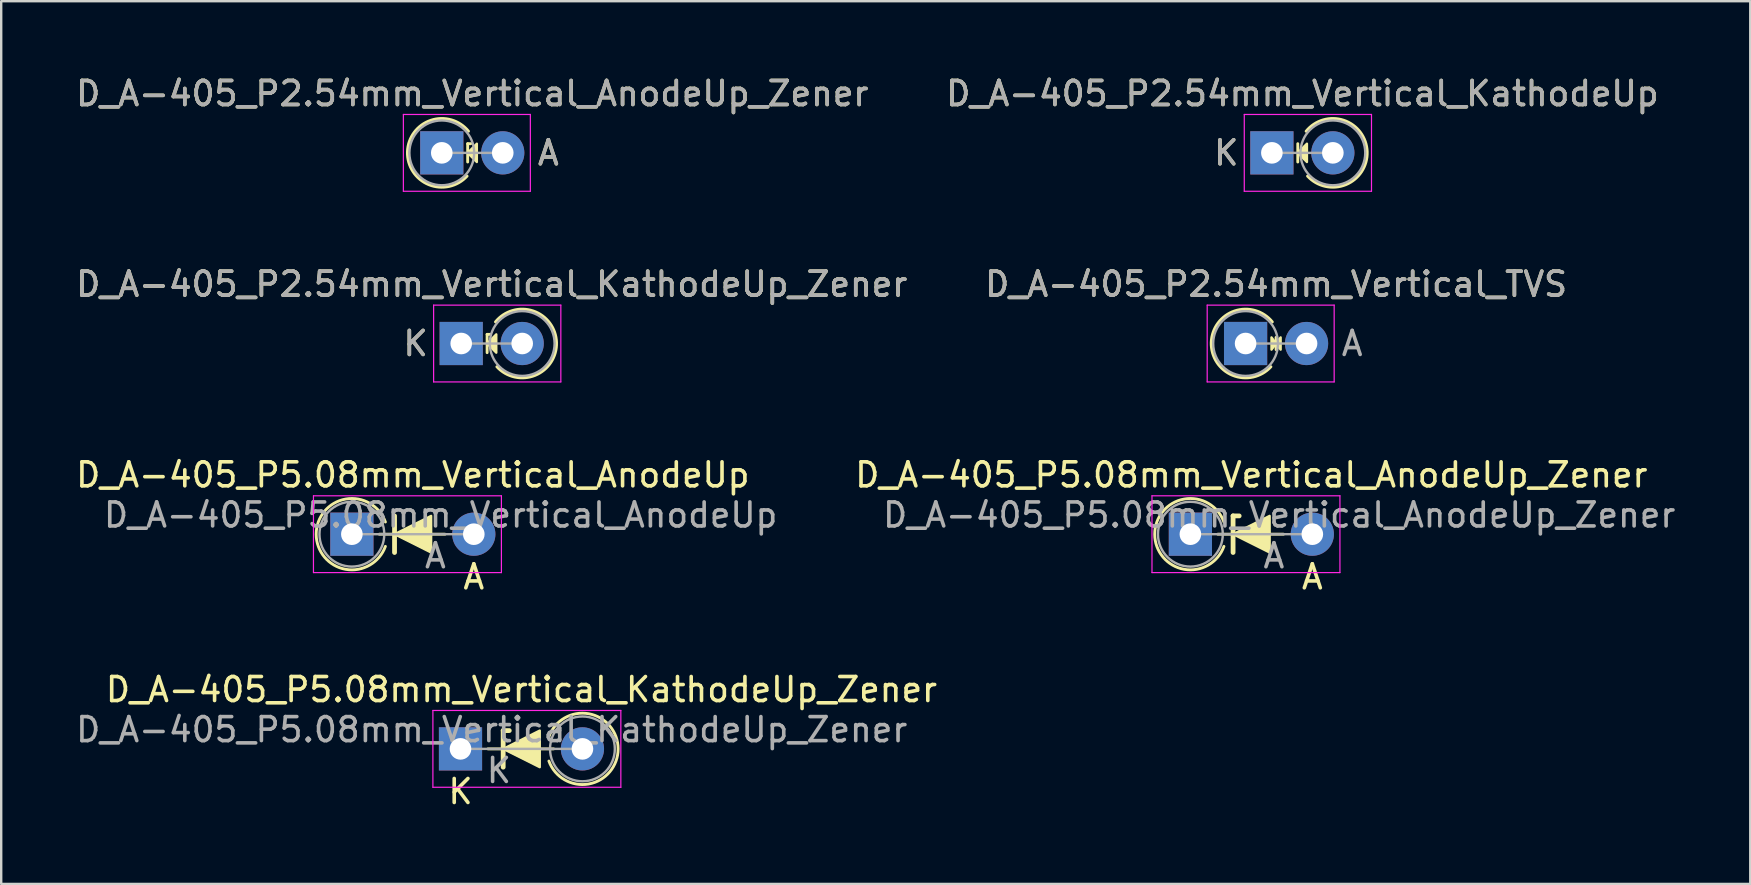
<source format=kicad_pcb>
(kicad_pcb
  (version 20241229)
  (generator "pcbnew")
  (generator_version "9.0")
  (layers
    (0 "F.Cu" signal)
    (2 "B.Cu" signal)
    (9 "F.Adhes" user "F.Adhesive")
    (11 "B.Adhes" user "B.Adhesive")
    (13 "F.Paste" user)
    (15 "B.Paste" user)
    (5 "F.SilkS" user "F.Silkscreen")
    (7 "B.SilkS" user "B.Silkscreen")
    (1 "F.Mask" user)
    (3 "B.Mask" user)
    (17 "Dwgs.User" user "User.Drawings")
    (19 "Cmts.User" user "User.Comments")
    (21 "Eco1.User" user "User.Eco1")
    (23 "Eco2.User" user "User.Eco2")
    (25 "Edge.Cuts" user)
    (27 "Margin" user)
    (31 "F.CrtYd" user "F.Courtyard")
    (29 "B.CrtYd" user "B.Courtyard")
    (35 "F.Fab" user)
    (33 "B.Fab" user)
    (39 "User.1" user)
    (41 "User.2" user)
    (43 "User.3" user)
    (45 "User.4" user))
  (footprint "D_A-405_P5.08mm_Vertical_KathodeUp_Zener"
    (layer "F.Cu")
    (at 16.135 28.149)
    (property "Reference" "D_A-405_P5.08mm_Vertical_KathodeUp_Zener" (at 2.54 -2.47 0) (layer "F.SilkS") (effects (font (size 1 1) (thickness 0.15))))
    (attr through_hole)
    (fp_line (start 1.143 0) (end 3.88 0) (stroke (width 0.12) (type solid)) (layer "F.SilkS"))
    (fp_line (start 1.778 -0.762) (end 1.778 0.762) (stroke (width 0.2) (type solid)) (layer "F.SilkS"))
    (fp_line (start 1.778 -0.762) (end 2.032 -0.762) (stroke (width 0.2) (type solid)) (layer "F.SilkS"))
    (fp_arc (start 3.683 -0.507999) (mid 6.566495 0.000001) (end 3.683 0.508) (stroke (width 0.12) (type solid)) (layer "F.SilkS"))
    (fp_poly (pts (xy 3.302 0.762) (xy 1.778 0) (xy 3.302 -0.762)) (stroke (width 0.1) (type solid)) (fill yes) (layer "F.SilkS"))
    (fp_line (start -1.15 -1.6) (end -1.15 1.6) (stroke (width 0.05) (type solid)) (layer "F.CrtYd"))
    (fp_line (start -1.15 1.6) (end 6.68 1.6) (stroke (width 0.05) (type solid)) (layer "F.CrtYd"))
    (fp_line (start 6.68 -1.6) (end -1.15 -1.6) (stroke (width 0.05) (type solid)) (layer "F.CrtYd"))
    (fp_line (start 6.68 1.6) (end 6.68 -1.6) (stroke (width 0.05) (type solid)) (layer "F.CrtYd"))
    (fp_line (start 0 0) (end 5.08 0) (stroke (width 0.1) (type solid)) (layer "F.Fab"))
    (fp_circle (center 5.08 0) (end 6.43 0) (stroke (width 0.1) (type solid)) (fill no) (layer "F.Fab"))
    (fp_text user "K" (at 0 1.778 0) (layer "F.SilkS") (effects (font (size 1 1) (thickness 0.15))))
    (fp_text user "${REFERENCE}" (at 1.3 -0.8 0) (layer "F.Fab") (effects (font (size 1 1) (thickness 0.15))))
    (fp_text user "K" (at 1.6 0.9 0) (layer "F.Fab") (effects (font (size 1 1) (thickness 0.15))))
    (pad "1" thru_hole rect (at 0 0) (size 1.8 1.8) (drill 0.9) (layers "*.Cu" "*.Mask"))
    (pad "2" thru_hole oval (at 5.08 0) (size 1.8 1.8) (drill 0.9) (layers "*.Cu" "*.Mask")))
  (footprint "D_A-405_P5.08mm_Vertical_AnodeUp_Zener"
    (layer "F.Cu")
    (at 46.543 19.205)
    (property "Reference" "D_A-405_P5.08mm_Vertical_AnodeUp_Zener" (at 2.54 -2.47 0) (layer "F.SilkS") (effects (font (size 1 1) (thickness 0.15))))
    (attr through_hole)
    (fp_line (start 1.143 0) (end 3.88 0) (stroke (width 0.12) (type solid)) (layer "F.SilkS"))
    (fp_line (start 1.778 -0.762) (end 1.778 0.762) (stroke (width 0.2) (type solid)) (layer "F.SilkS"))
    (fp_line (start 1.778 -0.762) (end 2.032 -0.762) (stroke (width 0.2) (type solid)) (layer "F.SilkS"))
    (fp_arc (start 1.396999 0.508) (mid -1.486496 0.000001) (end 1.396999 -0.507999) (stroke (width 0.12) (type solid)) (layer "F.SilkS"))
    (fp_poly (pts (xy 3.302 0.762) (xy 1.778 0) (xy 3.302 -0.762)) (stroke (width 0.1) (type solid)) (fill yes) (layer "F.SilkS"))
    (fp_line (start -1.6 -1.6) (end -1.6 1.6) (stroke (width 0.05) (type solid)) (layer "F.CrtYd"))
    (fp_line (start -1.6 1.6) (end 6.23 1.6) (stroke (width 0.05) (type solid)) (layer "F.CrtYd"))
    (fp_line (start 6.23 -1.6) (end -1.6 -1.6) (stroke (width 0.05) (type solid)) (layer "F.CrtYd"))
    (fp_line (start 6.23 1.6) (end 6.23 -1.6) (stroke (width 0.05) (type solid)) (layer "F.CrtYd"))
    (fp_line (start 0 0) (end 5.08 0) (stroke (width 0.1) (type solid)) (layer "F.Fab"))
    (fp_circle (center 0 0) (end 1.35 0) (stroke (width 0.1) (type solid)) (fill no) (layer "F.Fab"))
    (fp_text user "A" (at 5.08 1.778 0) (layer "F.SilkS") (effects (font (size 1 1) (thickness 0.15))))
    (fp_text user "${REFERENCE}" (at 3.7 -0.8 0) (layer "F.Fab") (effects (font (size 1 1) (thickness 0.15))))
    (fp_text user "A" (at 3.48 0.9 0) (layer "F.Fab") (effects (font (size 1 1) (thickness 0.15))))
    (pad "1" thru_hole rect (at 0 0) (size 1.8 1.8) (drill 0.9) (layers "*.Cu" "*.Mask"))
    (pad "2" thru_hole oval (at 5.08 0) (size 1.8 1.8) (drill 0.9) (layers "*.Cu" "*.Mask")))
  (footprint "D_A-405_P2.54mm_Vertical_KathodeUp_Zener"
    (layer "F.Cu")
    (at 16.165 11.261)
    (property "Reference" "D_A-405_P2.54mm_Vertical_KathodeUp_Zener" (at 1.27 -2.47 0) (layer "F.SilkS") (effects (font (size 1 1) (thickness 0.15))))
    (attr through_hole)
    (fp_line (start 1.079 -0.381) (end 1.079 0.381) (stroke (width 0.12) (type solid)) (layer "F.SilkS"))
    (fp_line (start 1.079 -0.381) (end 1.206 -0.381) (stroke (width 0.12) (type solid)) (layer "F.SilkS"))
    (fp_arc (start 1.426761 -0.9) (mid 3.970816 -0.045469) (end 1.48615 0.968866) (stroke (width 0.12) (type solid)) (layer "F.SilkS"))
    (fp_poly (pts (xy 1.46 0.381) (xy 1.079 0) (xy 1.46 -0.381)) (stroke (width 0.1) (type solid)) (fill yes) (layer "F.SilkS"))
    (fp_line (start -1.15 -1.6) (end -1.15 1.6) (stroke (width 0.05) (type solid)) (layer "F.CrtYd"))
    (fp_line (start -1.15 1.6) (end 4.15 1.6) (stroke (width 0.05) (type solid)) (layer "F.CrtYd"))
    (fp_line (start 4.15 -1.6) (end -1.15 -1.6) (stroke (width 0.05) (type solid)) (layer "F.CrtYd"))
    (fp_line (start 4.15 1.6) (end 4.15 -1.6) (stroke (width 0.05) (type solid)) (layer "F.CrtYd"))
    (fp_line (start 0 0) (end 2.54 0) (stroke (width 0.1) (type solid)) (layer "F.Fab"))
    (fp_circle (center 2.54 0) (end 3.89 0) (stroke (width 0.1) (type solid)) (fill no) (layer "F.Fab"))
    (fp_text user "K" (at -1.9 0 0) (layer "F.SilkS") (effects (font (size 1 1) (thickness 0.15))))
    (fp_text user "K" (at -1.9 0 0) (layer "F.Fab") (effects (font (size 1 1) (thickness 0.15))))
    (fp_text user "${REFERENCE}" (at 1.27 -2.47 0) (layer "F.Fab") (effects (font (size 1 1) (thickness 0.15))))
    (pad "1" thru_hole rect (at 0 0) (size 1.8 1.8) (drill 0.9) (layers "*.Cu" "*.Mask"))
    (pad "2" thru_hole oval (at 2.54 0) (size 1.8 1.8) (drill 0.9) (layers "*.Cu" "*.Mask")))
  (footprint "D_A-405_P2.54mm_Vertical_TVS"
    (layer "F.Cu")
    (at 48.843 11.261)
    (property "Reference" "D_A-405_P2.54mm_Vertical_TVS" (at 1.27 -2.47 0) (layer "F.SilkS") (effects (font (size 1 1) (thickness 0.15))))
    (attr through_hole)
    (fp_line (start 1.27 -0.254) (end 1.27 0.254) (stroke (width 0.12) (type solid)) (layer "F.SilkS"))
    (fp_arc (start 1.05385 0.968866) (mid -1.430816 -0.045469) (end 1.113239 -0.9) (stroke (width 0.12) (type solid)) (layer "F.SilkS"))
    (fp_poly (pts (xy 1.079 -0.254) (xy 1.27 0) (xy 1.079 0.254)) (stroke (width 0.1) (type solid)) (fill yes) (layer "F.SilkS"))
    (fp_poly (pts (xy 1.46 0.254) (xy 1.27 0) (xy 1.46 -0.254)) (stroke (width 0.1) (type solid)) (fill yes) (layer "F.SilkS"))
    (fp_line (start -1.6 -1.6) (end -1.6 1.6) (stroke (width 0.05) (type solid)) (layer "F.CrtYd"))
    (fp_line (start -1.6 1.6) (end 3.69 1.6) (stroke (width 0.05) (type solid)) (layer "F.CrtYd"))
    (fp_line (start 3.69 -1.6) (end -1.6 -1.6) (stroke (width 0.05) (type solid)) (layer "F.CrtYd"))
    (fp_line (start 3.69 1.6) (end 3.69 -1.6) (stroke (width 0.05) (type solid)) (layer "F.CrtYd"))
    (fp_line (start 0 0) (end 2.54 0) (stroke (width 0.1) (type solid)) (layer "F.Fab"))
    (fp_circle (center 0 0) (end 1.35 0) (stroke (width 0.1) (type solid)) (fill no) (layer "F.Fab"))
    (fp_text user "${REFERENCE}" (at 1.27 -2.47 0) (layer "F.Fab") (effects (font (size 1 1) (thickness 0.15))))
    (fp_text user "A" (at 4.44 0 0) (layer "F.Fab") (effects (font (size 1 1) (thickness 0.15))))
    (pad "1" thru_hole rect (at 0 0) (size 1.8 1.8) (drill 0.9) (layers "*.Cu" "*.Mask"))
    (pad "2" thru_hole oval (at 2.54 0) (size 1.8 1.8) (drill 0.9) (layers "*.Cu" "*.Mask")))
  (footprint "D_A-405_P2.54mm_Vertical_AnodeUp_Zener"
    (layer "F.Cu")
    (at 15.355 3.318)
    (property "Reference" "D_A-405_P2.54mm_Vertical_AnodeUp_Zener" (at 1.27 -2.47 0) (layer "F.SilkS") (effects (font (size 1 1) (thickness 0.15))))
    (attr through_hole)
    (fp_line (start 1.079 -0.381) (end 1.079 0.381) (stroke (width 0.12) (type solid)) (layer "F.SilkS"))
    (fp_line (start 1.079 -0.381) (end 1.206 -0.381) (stroke (width 0.12) (type solid)) (layer "F.SilkS"))
    (fp_arc (start 1.05385 0.968866) (mid -1.430816 -0.045469) (end 1.113239 -0.9) (stroke (width 0.12) (type solid)) (layer "F.SilkS"))
    (fp_poly (pts (xy 1.46 0.381) (xy 1.079 0) (xy 1.46 -0.381)) (stroke (width 0.1) (type solid)) (fill yes) (layer "F.SilkS"))
    (fp_line (start -1.6 -1.6) (end -1.6 1.6) (stroke (width 0.05) (type solid)) (layer "F.CrtYd"))
    (fp_line (start -1.6 1.6) (end 3.69 1.6) (stroke (width 0.05) (type solid)) (layer "F.CrtYd"))
    (fp_line (start 3.69 -1.6) (end -1.6 -1.6) (stroke (width 0.05) (type solid)) (layer "F.CrtYd"))
    (fp_line (start 3.69 1.6) (end 3.69 -1.6) (stroke (width 0.05) (type solid)) (layer "F.CrtYd"))
    (fp_line (start 0 0) (end 2.54 0) (stroke (width 0.1) (type solid)) (layer "F.Fab"))
    (fp_circle (center 0 0) (end 1.35 0) (stroke (width 0.1) (type solid)) (fill no) (layer "F.Fab"))
    (fp_text user "A" (at 4.44 0 0) (layer "F.SilkS") (effects (font (size 1 1) (thickness 0.15))))
    (fp_text user "A" (at 4.44 0 0) (layer "F.Fab") (effects (font (size 1 1) (thickness 0.15))))
    (fp_text user "${REFERENCE}" (at 1.27 -2.47 0) (layer "F.Fab") (effects (font (size 1 1) (thickness 0.15))))
    (pad "1" thru_hole rect (at 0 0) (size 1.8 1.8) (drill 0.9) (layers "*.Cu" "*.Mask"))
    (pad "2" thru_hole oval (at 2.54 0) (size 1.8 1.8) (drill 0.9) (layers "*.Cu" "*.Mask")))
  (footprint "D_A-405_P5.08mm_Vertical_AnodeUp"
    (layer "F.Cu")
    (at 11.609 19.205)
    (property "Reference" "D_A-405_P5.08mm_Vertical_AnodeUp" (at 2.54 -2.47 0) (layer "F.SilkS") (effects (font (size 1 1) (thickness 0.15))))
    (attr through_hole)
    (fp_line (start 1.143 0) (end 3.88 0) (stroke (width 0.12) (type solid)) (layer "F.SilkS"))
    (fp_line (start 1.778 -0.762) (end 1.778 0.762) (stroke (width 0.2) (type solid)) (layer "F.SilkS"))
    (fp_arc (start 1.396999 0.508) (mid -1.486496 0.000001) (end 1.396999 -0.507999) (stroke (width 0.12) (type solid)) (layer "F.SilkS"))
    (fp_poly (pts (xy 3.302 0.762) (xy 1.778 0) (xy 3.302 -0.762)) (stroke (width 0.1) (type solid)) (fill yes) (layer "F.SilkS"))
    (fp_line (start -1.6 -1.6) (end -1.6 1.6) (stroke (width 0.05) (type solid)) (layer "F.CrtYd"))
    (fp_line (start -1.6 1.6) (end 6.23 1.6) (stroke (width 0.05) (type solid)) (layer "F.CrtYd"))
    (fp_line (start 6.23 -1.6) (end -1.6 -1.6) (stroke (width 0.05) (type solid)) (layer "F.CrtYd"))
    (fp_line (start 6.23 1.6) (end 6.23 -1.6) (stroke (width 0.05) (type solid)) (layer "F.CrtYd"))
    (fp_line (start 0 0) (end 5.08 0) (stroke (width 0.1) (type solid)) (layer "F.Fab"))
    (fp_circle (center 0 0) (end 1.35 0) (stroke (width 0.1) (type solid)) (fill no) (layer "F.Fab"))
    (fp_text user "A" (at 5.08 1.778 0) (layer "F.SilkS") (effects (font (size 1 1) (thickness 0.15))))
    (fp_text user "A" (at 3.48 0.9 0) (layer "F.Fab") (effects (font (size 1 1) (thickness 0.15))))
    (fp_text user "${REFERENCE}" (at 3.7 -0.8 0) (layer "F.Fab") (effects (font (size 1 1) (thickness 0.15))))
    (pad "1" thru_hole rect (at 0 0) (size 1.8 1.8) (drill 0.9) (layers "*.Cu" "*.Mask"))
    (pad "2" thru_hole oval (at 5.08 0) (size 1.8 1.8) (drill 0.9) (layers "*.Cu" "*.Mask")))
  (footprint "D_A-405_P2.54mm_Vertical_KathodeUp"
    (layer "F.Cu")
    (at 49.938 3.318)
    (property "Reference" "D_A-405_P2.54mm_Vertical_KathodeUp" (at 1.27 -2.47 0) (layer "F.SilkS") (effects (font (size 1 1) (thickness 0.15))))
    (attr through_hole)
    (fp_line (start 1.079 -0.381) (end 1.079 0.381) (stroke (width 0.12) (type solid)) (layer "F.SilkS"))
    (fp_arc (start 1.426761 -0.9) (mid 3.970816 -0.045469) (end 1.48615 0.968866) (stroke (width 0.12) (type solid)) (layer "F.SilkS"))
    (fp_poly (pts (xy 1.46 0.381) (xy 1.079 0) (xy 1.46 -0.381)) (stroke (width 0.1) (type solid)) (fill yes) (layer "F.SilkS"))
    (fp_line (start -1.15 -1.6) (end -1.15 1.6) (stroke (width 0.05) (type solid)) (layer "F.CrtYd"))
    (fp_line (start -1.15 1.6) (end 4.15 1.6) (stroke (width 0.05) (type solid)) (layer "F.CrtYd"))
    (fp_line (start 4.15 -1.6) (end -1.15 -1.6) (stroke (width 0.05) (type solid)) (layer "F.CrtYd"))
    (fp_line (start 4.15 1.6) (end 4.15 -1.6) (stroke (width 0.05) (type solid)) (layer "F.CrtYd"))
    (fp_line (start 0 0) (end 2.54 0) (stroke (width 0.1) (type solid)) (layer "F.Fab"))
    (fp_circle (center 2.54 0) (end 3.89 0) (stroke (width 0.1) (type solid)) (fill no) (layer "F.Fab"))
    (fp_text user "K" (at -1.9 0 0) (layer "F.SilkS") (effects (font (size 1 1) (thickness 0.15))))
    (fp_text user "${REFERENCE}" (at 1.27 -2.47 0) (layer "F.Fab") (effects (font (size 1 1) (thickness 0.15))))
    (fp_text user "K" (at -1.9 0 0) (layer "F.Fab") (effects (font (size 1 1) (thickness 0.15))))
    (pad "1" thru_hole rect (at 0 0) (size 1.8 1.8) (drill 0.9) (layers "*.Cu" "*.Mask"))
    (pad "2" thru_hole oval (at 2.54 0) (size 1.8 1.8) (drill 0.9) (layers "*.Cu" "*.Mask")))
  (gr_rect
    (start -3 -3)
    (end 69.868 33.776)
    (stroke (width 0.1) (type default))
    (fill no)
    (layer "Edge.Cuts")))
</source>
